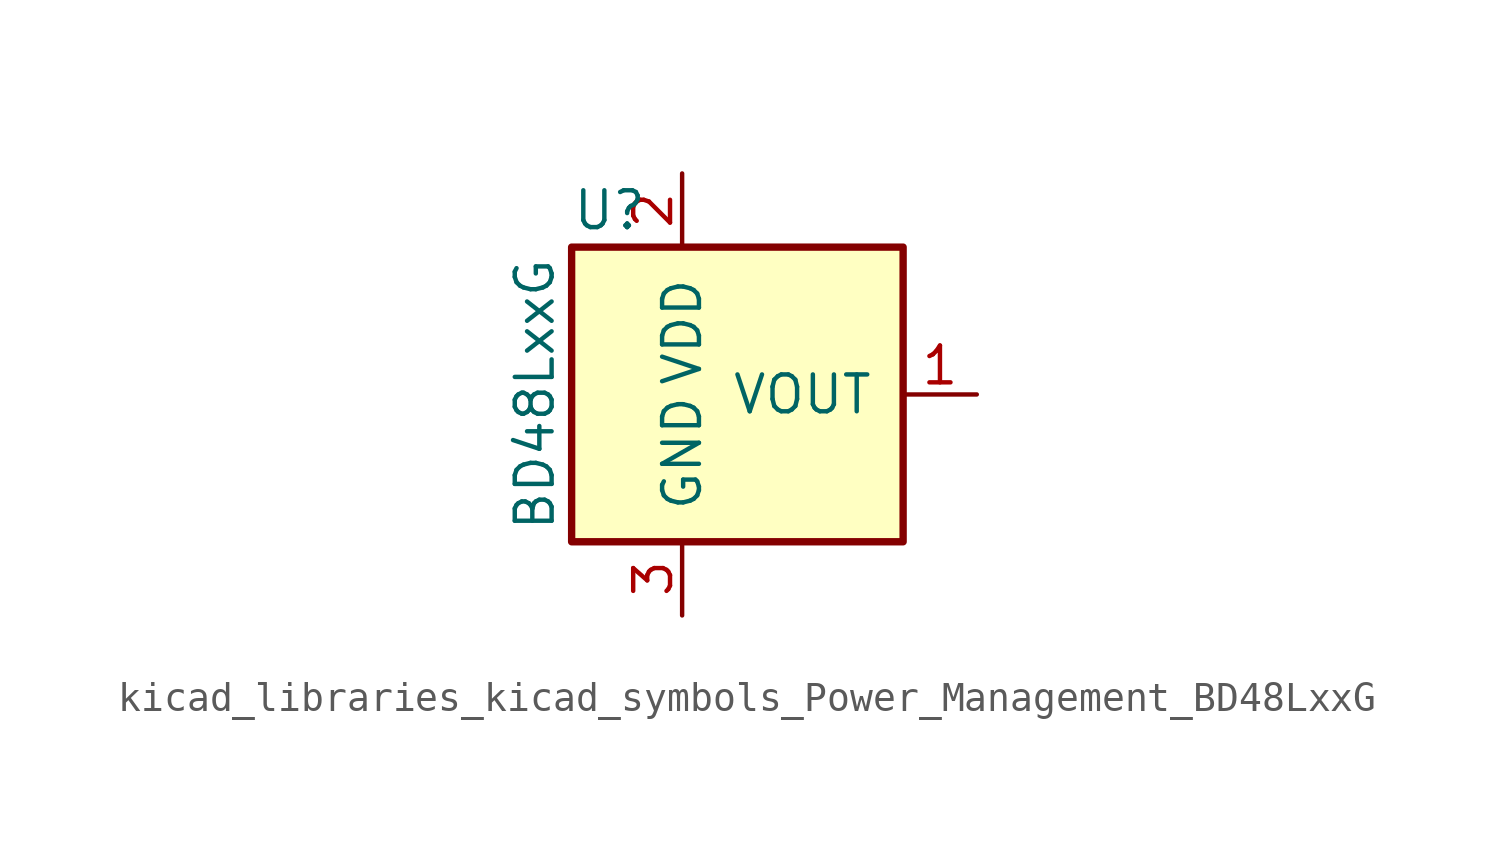
<source format=kicad_sym>
(kicad_symbol_lib
  (version 20220914)
  (generator kicad_symbol_editor)
  (symbol "kicad_libraries_kicad_symbols_Power_Management_BD48LxxG"
    (pin_names
      (offset 1.016))
    (property "Reference" "U"
      (at -3.81 6.35 0)
      (effects (font (size 1.27 1.27)) (justify left)))
    (property "Value" "BD48LxxG"
      (at -5.08 0 90)
      (effects (font (size 1.27 1.27))))
    (symbol "kicad_libraries_kicad_symbols_Power_Management_BD48LxxG_1_1"
      (rectangle (start -3.81 5.08) (end 7.62 -5.08) (stroke (width 0.254) (type default)) (fill (type background)))
      (pin output line (at 10.16 0 180) (length 2.54) (name "VOUT" (effects (font (size 1.27 1.27)))) (number "1" (effects (font (size 1.27 1.27)))))
      (pin power_in line (at 0 7.62 270) (length 2.54) (name "VDD" (effects (font (size 1.27 1.27)))) (number "2" (effects (font (size 1.27 1.27)))))
      (pin power_in line (at 0 -7.62 90) (length 2.54) (name "GND" (effects (font (size 1.27 1.27)))) (number "3" (effects (font (size 1.27 1.27))))))))
</source>
